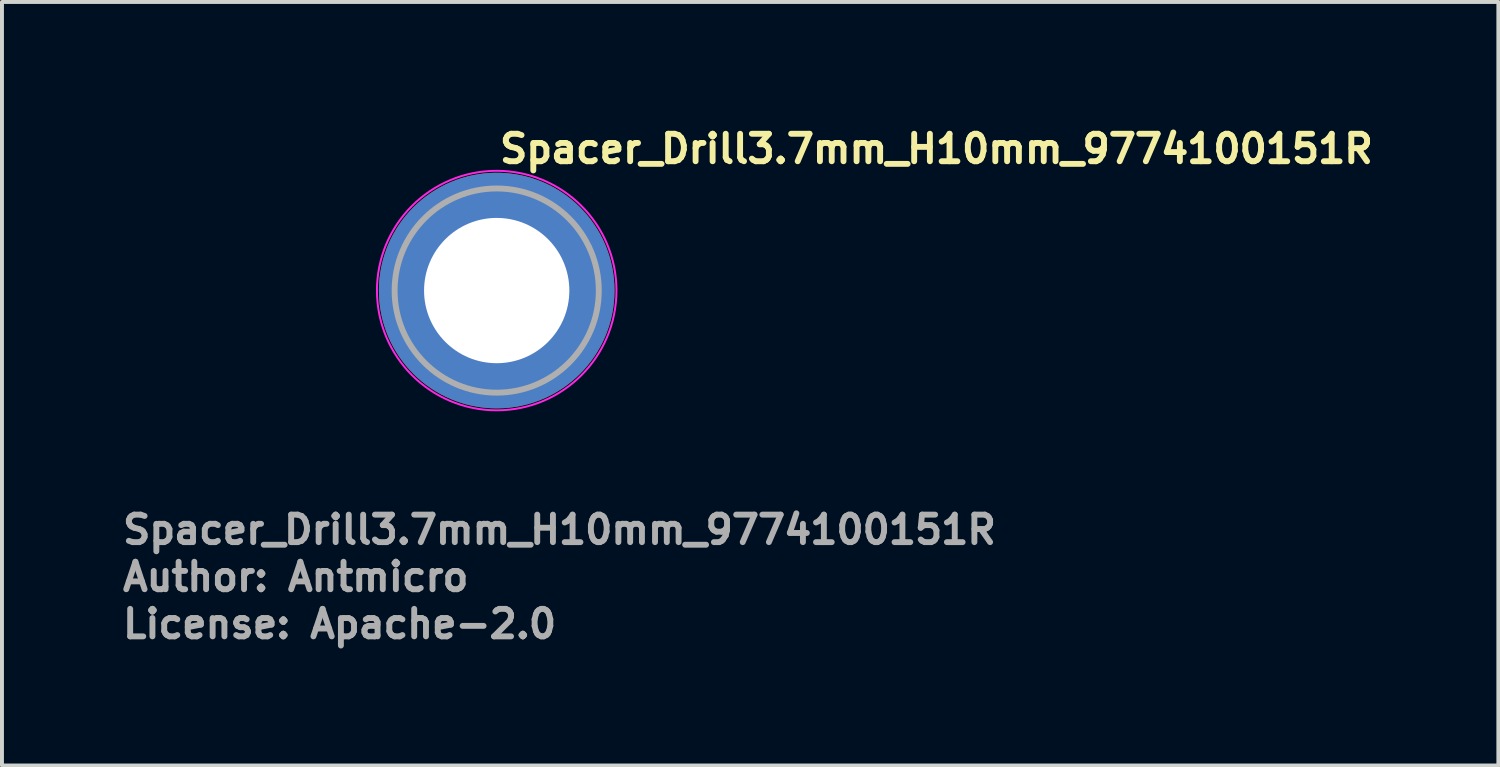
<source format=kicad_pcb>
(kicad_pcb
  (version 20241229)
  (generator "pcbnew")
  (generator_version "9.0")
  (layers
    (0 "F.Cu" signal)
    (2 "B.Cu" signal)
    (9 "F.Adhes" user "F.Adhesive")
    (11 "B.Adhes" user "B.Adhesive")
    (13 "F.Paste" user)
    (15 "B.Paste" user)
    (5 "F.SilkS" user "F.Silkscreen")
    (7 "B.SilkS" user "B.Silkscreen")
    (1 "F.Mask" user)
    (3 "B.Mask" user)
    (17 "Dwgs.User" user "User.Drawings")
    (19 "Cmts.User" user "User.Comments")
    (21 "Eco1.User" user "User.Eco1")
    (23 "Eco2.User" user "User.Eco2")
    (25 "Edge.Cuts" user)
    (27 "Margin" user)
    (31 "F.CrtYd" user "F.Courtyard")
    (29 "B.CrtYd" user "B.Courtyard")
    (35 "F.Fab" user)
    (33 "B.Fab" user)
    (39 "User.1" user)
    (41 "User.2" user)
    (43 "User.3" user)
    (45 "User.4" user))
  (footprint "Spacer_Drill3.7mm_H10mm_9774100151R"
    (layer "F.Cu")
    (at 9.6 4.35)
    (property "Reference" "Spacer_Drill3.7mm_H10mm_9774100151R" (at 0 -3.2 0) (layer "F.SilkS") (effects (font (size 0.7 0.7) (thickness 0.15)) (justify left bottom)))
    (attr smd)
    (fp_circle (center 0 0) (end 3.05 0) (stroke (width 0.05) (type solid)) (fill no) (layer "F.CrtYd"))
    (fp_circle (center 0 0) (end 2.6 0) (stroke (width 0.15) (type solid)) (fill no) (layer "F.Fab"))
    (fp_circle (center 0 0) (end 2.6 0) (stroke (width 0.1) (type solid)) (fill no) (layer "User.5"))
    (fp_circle (center 0 0) (end 1 0) (stroke (width 0.02) (type default)) (fill no) (layer "User.9"))
    (fp_circle (center 0 0) (end 2.55 0) (stroke (width 0.02) (type default)) (fill no) (layer "User.9"))
    (fp_text user "License: Apache-2.0" (at -9.6 8.9 0) (layer "F.Fab") (effects (font (size 0.7 0.7) (thickness 0.15)) (justify left bottom)))
    (fp_text user "${REFERENCE}" (at -9.6 6.5 0) (layer "F.Fab") (effects (font (size 0.7 0.7) (thickness 0.15)) (justify left bottom)))
    (fp_text user "Author: Antmicro" (at -9.6 7.7 0) (layer "F.Fab") (effects (font (size 0.7 0.7) (thickness 0.15)) (justify left bottom)))
    (pad "" smd custom (at -1.7 -1.7) (size 0.62 0.62) (layers "F.Paste") (options (anchor circle)) (primitives (gr_arc (start -0.250195 1.279127) (mid 0.285453 0.294389) (end 1.266786 -0.24747) (width 0.2)) (gr_arc (start -0.34334 1.279127) (mid 0.218448 0.232561) (end 1.259603 -0.339191) (width 0.2)) (gr_arc (start -0.436309 1.279127) (mid 0.152481 0.169693) (end 1.255279 -0.431435) (width 0.2)) (gr_arc (start -0.529126 1.279127) (mid 0.087542 0.105784) (end 1.253811 -0.524161) (width 0.2)) (gr_arc (start -0.621807 1.279127) (mid 0.0309 0.033527) (end 1.275473 -0.621136) (width 0.2)) (gr_arc (start -0.71437 1.279127) (mid -0.037758 -0.026651) (end 1.263664 -0.711602) (width 0.2)) (gr_arc (start -0.806826 1.279127) (mid -0.105837 -0.087395) (end 1.253435 -0.802342) (width 0.2)) (gr_arc (start -0.899187 1.279127) (mid -0.165236 -0.156885) (end 1.267475 -0.897258) (width 0.2)) (gr_arc (start -0.991463 1.279127) (mid -0.228522 -0.222449) (end 1.270645 -0.990112) (width 0.2)) (gr_arc (start -1.083663 1.279127) (mid -0.294507 -0.285313) (end 1.266278 -1.081674) (width 0.2)) (gr_line (start 1.279 -0.25) (end 1.279 -1.084) (width 0.2)) (gr_line (start -0.25 1.279) (end -1.084 1.279) (width 0.2))))
    (pad "" smd custom (at -1.7 1.7 90) (size 0.62 0.62) (layers "F.Paste") (options (anchor circle)) (primitives (gr_arc (start -0.250195 1.279127) (mid 0.285453 0.294389) (end 1.266786 -0.24747) (width 0.2)) (gr_arc (start -0.34334 1.279127) (mid 0.218448 0.232561) (end 1.259603 -0.339191) (width 0.2)) (gr_arc (start -0.436309 1.279127) (mid 0.152481 0.169693) (end 1.255279 -0.431435) (width 0.2)) (gr_arc (start -0.529126 1.279127) (mid 0.087542 0.105784) (end 1.253811 -0.524161) (width 0.2)) (gr_arc (start -0.621807 1.279127) (mid 0.0309 0.033527) (end 1.275473 -0.621136) (width 0.2)) (gr_arc (start -0.71437 1.279127) (mid -0.037758 -0.026651) (end 1.263664 -0.711602) (width 0.2)) (gr_arc (start -0.806826 1.279127) (mid -0.105837 -0.087395) (end 1.253435 -0.802342) (width 0.2)) (gr_arc (start -0.899187 1.279127) (mid -0.165236 -0.156885) (end 1.267475 -0.897258) (width 0.2)) (gr_arc (start -0.991463 1.279127) (mid -0.228522 -0.222449) (end 1.270645 -0.990112) (width 0.2)) (gr_arc (start -1.083663 1.279127) (mid -0.294507 -0.285313) (end 1.266278 -1.081674) (width 0.2)) (gr_line (start 1.279 -0.25) (end 1.279 -1.084) (width 0.2)) (gr_line (start -0.25 1.279) (end -1.084 1.279) (width 0.2))))
    (pad "" smd custom (at 1.7 -1.7 270) (size 0.62 0.62) (layers "F.Paste") (options (anchor circle)) (primitives (gr_arc (start -0.250195 1.279127) (mid 0.285453 0.294389) (end 1.266786 -0.24747) (width 0.2)) (gr_arc (start -0.34334 1.279127) (mid 0.218448 0.232561) (end 1.259603 -0.339191) (width 0.2)) (gr_arc (start -0.436309 1.279127) (mid 0.152481 0.169693) (end 1.255279 -0.431435) (width 0.2)) (gr_arc (start -0.529126 1.279127) (mid 0.087542 0.105784) (end 1.253811 -0.524161) (width 0.2)) (gr_arc (start -0.621807 1.279127) (mid 0.0309 0.033527) (end 1.275473 -0.621136) (width 0.2)) (gr_arc (start -0.71437 1.279127) (mid -0.037758 -0.026651) (end 1.263664 -0.711602) (width 0.2)) (gr_arc (start -0.806826 1.279127) (mid -0.105837 -0.087395) (end 1.253435 -0.802342) (width 0.2)) (gr_arc (start -0.899187 1.279127) (mid -0.165236 -0.156885) (end 1.267475 -0.897258) (width 0.2)) (gr_arc (start -0.991463 1.279127) (mid -0.228522 -0.222449) (end 1.270645 -0.990112) (width 0.2)) (gr_arc (start -1.083663 1.279127) (mid -0.294507 -0.285313) (end 1.266278 -1.081674) (width 0.2)) (gr_line (start 1.279 -0.25) (end 1.279 -1.084) (width 0.2)) (gr_line (start -0.25 1.279) (end -1.084 1.279) (width 0.2))))
    (pad "" smd custom (at 1.7 1.7 180) (size 0.62 0.62) (layers "F.Paste") (options (anchor circle)) (primitives (gr_arc (start -0.250195 1.279127) (mid 0.285453 0.294389) (end 1.266786 -0.24747) (width 0.2)) (gr_arc (start -0.34334 1.279127) (mid 0.218448 0.232561) (end 1.259603 -0.339191) (width 0.2)) (gr_arc (start -0.436309 1.279127) (mid 0.152481 0.169693) (end 1.255279 -0.431435) (width 0.2)) (gr_arc (start -0.529126 1.279127) (mid 0.087542 0.105784) (end 1.253811 -0.524161) (width 0.2)) (gr_arc (start -0.621807 1.279127) (mid 0.0309 0.033527) (end 1.275473 -0.621136) (width 0.2)) (gr_arc (start -0.71437 1.279127) (mid -0.037758 -0.026651) (end 1.263664 -0.711602) (width 0.2)) (gr_arc (start -0.806826 1.279127) (mid -0.105837 -0.087395) (end 1.253435 -0.802342) (width 0.2)) (gr_arc (start -0.899187 1.279127) (mid -0.165236 -0.156885) (end 1.267475 -0.897258) (width 0.2)) (gr_arc (start -0.991463 1.279127) (mid -0.228522 -0.222449) (end 1.270645 -0.990112) (width 0.2)) (gr_arc (start -1.083663 1.279127) (mid -0.294507 -0.285313) (end 1.266278 -1.081674) (width 0.2)) (gr_line (start 1.279 -0.25) (end 1.279 -1.084) (width 0.2)) (gr_line (start -0.25 1.279) (end -1.084 1.279) (width 0.2))))
    (pad "1" thru_hole circle (at 0 0) (size 6 6) (drill 3.7) (layers "*.Cu" "*.Mask")))
  (gr_rect
    (start -3 -3)
    (end 35.11 16.445)
    (stroke (width 0.1) (type default))
    (fill no)
    (layer "Edge.Cuts")))
</source>
